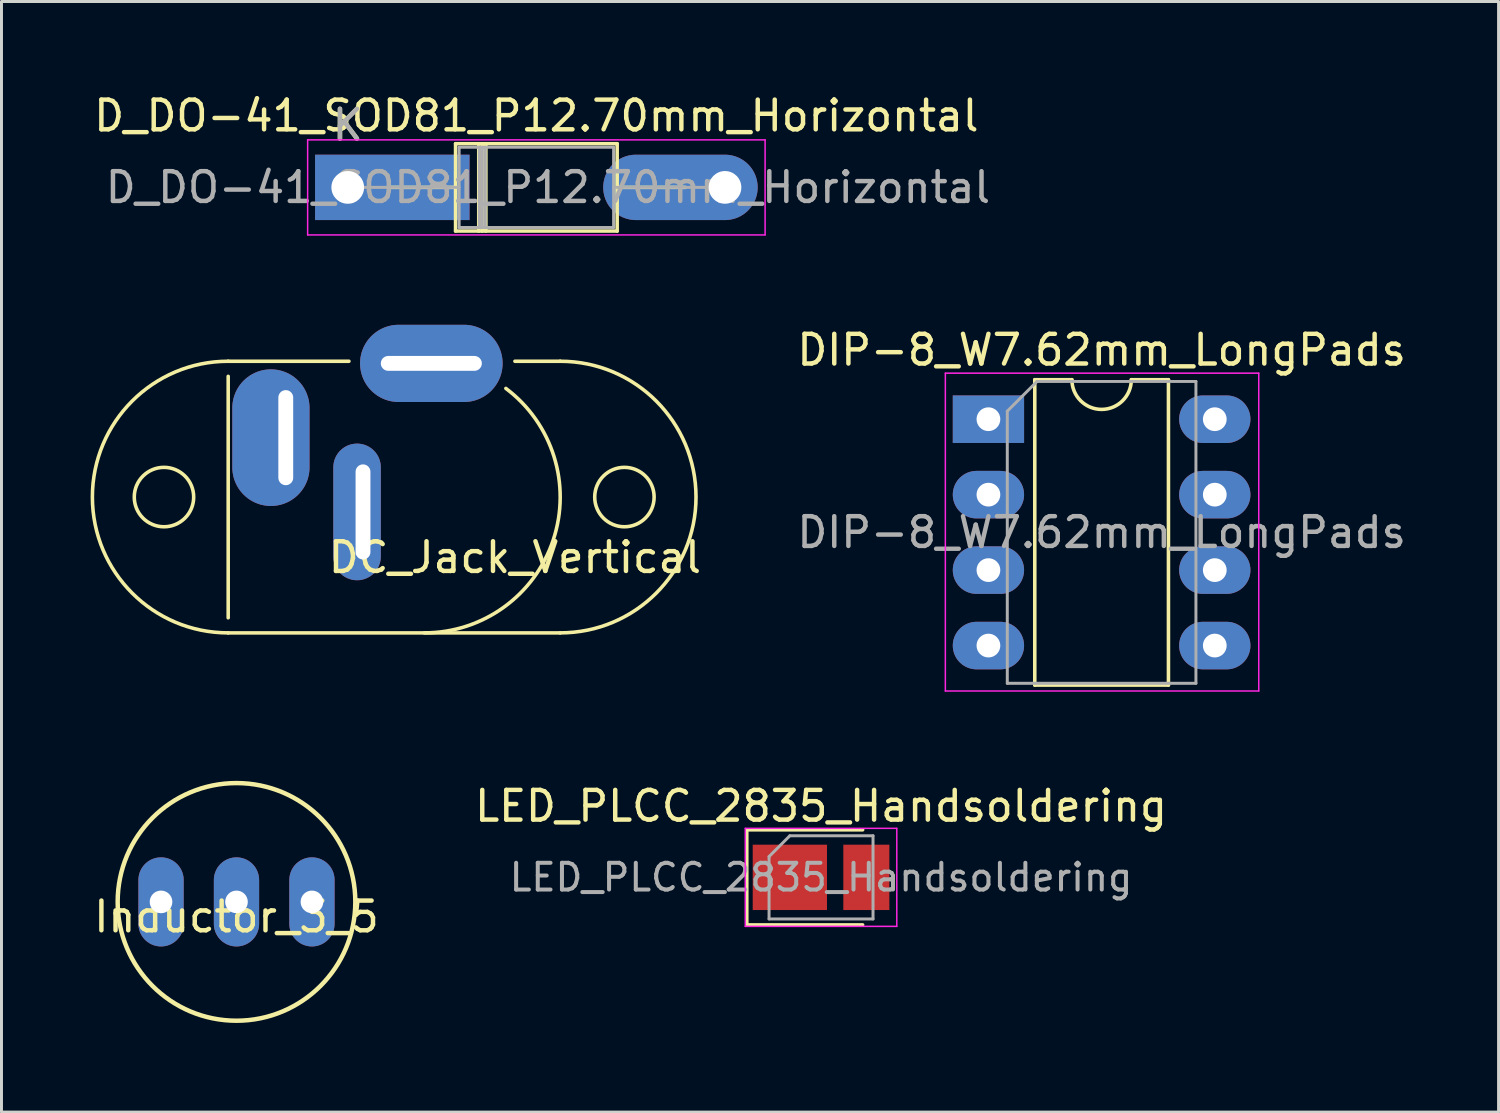
<source format=kicad_pcb>
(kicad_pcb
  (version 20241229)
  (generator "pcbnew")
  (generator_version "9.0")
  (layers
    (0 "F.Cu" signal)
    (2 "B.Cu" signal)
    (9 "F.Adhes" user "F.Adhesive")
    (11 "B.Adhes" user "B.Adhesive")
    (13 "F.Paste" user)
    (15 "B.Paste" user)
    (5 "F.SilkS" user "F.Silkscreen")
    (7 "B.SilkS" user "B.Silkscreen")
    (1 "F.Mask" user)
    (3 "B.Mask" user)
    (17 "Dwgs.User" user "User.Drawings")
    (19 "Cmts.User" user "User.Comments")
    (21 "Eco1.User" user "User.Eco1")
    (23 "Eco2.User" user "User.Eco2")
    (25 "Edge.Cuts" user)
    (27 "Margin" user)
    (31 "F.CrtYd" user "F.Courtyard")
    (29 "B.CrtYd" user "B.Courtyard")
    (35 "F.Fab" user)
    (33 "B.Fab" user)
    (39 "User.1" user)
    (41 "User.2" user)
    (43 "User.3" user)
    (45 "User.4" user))
  (footprint "D_DO-41_SOD81_P12.70mm_Horizontal"
    (layer "F.Cu")
    (at 8.656 3.258)
    (property "Reference" "D_DO-41_SOD81_P12.70mm_Horizontal" (at 6.35 -2.41 0) (layer "F.SilkS") (effects (font (size 1 1) (thickness 0.15))))
    (attr through_hole)
    (fp_line (start 1.34 0) (end 3.63 0) (stroke (width 0.12) (type solid)) (layer "F.SilkS"))
    (fp_line (start 3.63 -1.47) (end 3.63 1.47) (stroke (width 0.12) (type solid)) (layer "F.SilkS"))
    (fp_line (start 3.63 1.47) (end 9.07 1.47) (stroke (width 0.12) (type solid)) (layer "F.SilkS"))
    (fp_line (start 4.41 -1.47) (end 4.41 1.47) (stroke (width 0.12) (type solid)) (layer "F.SilkS"))
    (fp_line (start 4.53 -1.47) (end 4.53 1.47) (stroke (width 0.12) (type solid)) (layer "F.SilkS"))
    (fp_line (start 4.65 -1.47) (end 4.65 1.47) (stroke (width 0.12) (type solid)) (layer "F.SilkS"))
    (fp_line (start 9.07 -1.47) (end 3.63 -1.47) (stroke (width 0.12) (type solid)) (layer "F.SilkS"))
    (fp_line (start 9.07 1.47) (end 9.07 -1.47) (stroke (width 0.12) (type solid)) (layer "F.SilkS"))
    (fp_line (start 11.36 0) (end 9.07 0) (stroke (width 0.12) (type solid)) (layer "F.SilkS"))
    (fp_line (start -1.35 -1.6) (end -1.35 1.6) (stroke (width 0.05) (type solid)) (layer "F.CrtYd"))
    (fp_line (start -1.35 1.6) (end 14.05 1.6) (stroke (width 0.05) (type solid)) (layer "F.CrtYd"))
    (fp_line (start 14.05 -1.6) (end -1.35 -1.6) (stroke (width 0.05) (type solid)) (layer "F.CrtYd"))
    (fp_line (start 14.05 1.6) (end 14.05 -1.6) (stroke (width 0.05) (type solid)) (layer "F.CrtYd"))
    (fp_line (start 0 0) (end 3.75 0) (stroke (width 0.1) (type solid)) (layer "F.Fab"))
    (fp_line (start 3.75 -1.35) (end 3.75 1.35) (stroke (width 0.1) (type solid)) (layer "F.Fab"))
    (fp_line (start 3.75 1.35) (end 8.95 1.35) (stroke (width 0.1) (type solid)) (layer "F.Fab"))
    (fp_line (start 4.43 -1.35) (end 4.43 1.35) (stroke (width 0.1) (type solid)) (layer "F.Fab"))
    (fp_line (start 4.53 -1.35) (end 4.53 1.35) (stroke (width 0.1) (type solid)) (layer "F.Fab"))
    (fp_line (start 4.63 -1.35) (end 4.63 1.35) (stroke (width 0.1) (type solid)) (layer "F.Fab"))
    (fp_line (start 8.95 -1.35) (end 3.75 -1.35) (stroke (width 0.1) (type solid)) (layer "F.Fab"))
    (fp_line (start 8.95 1.35) (end 8.95 -1.35) (stroke (width 0.1) (type solid)) (layer "F.Fab"))
    (fp_line (start 12.7 0) (end 8.95 0) (stroke (width 0.1) (type solid)) (layer "F.Fab"))
    (fp_text user "K" (at 0 -2.1 0) (layer "F.SilkS") (effects (font (size 1 1) (thickness 0.15))))
    (fp_text user "${REFERENCE}" (at 6.74 0 0) (layer "F.Fab") (effects (font (size 1 1) (thickness 0.15))))
    (fp_text user "K" (at 0 -2.1 0) (layer "F.Fab") (effects (font (size 1 1) (thickness 0.15))))
    (pad "1" thru_hole rect (at 0 0) (size 5.2 2.2) (drill 1.1 (offset 1.5 0)) (layers "*.Cu" "*.Mask"))
    (pad "2" thru_hole oval (at 12.7 0) (size 5.2 2.2) (drill 1.1 (offset -1.5 0)) (layers "*.Cu" "*.Mask")))
  (footprint "LED_PLCC_2835_Handsoldering"
    (layer "F.Cu")
    (at 24.589 26.485)
    (property "Reference" "LED_PLCC_2835_Handsoldering" (at 0 -2.4 0) (layer "F.SilkS") (effects (font (size 1 1) (thickness 0.15))))
    (attr smd)
    (fp_line (start -2.5 -1.6) (end -2.5 1.6) (stroke (width 0.12) (type solid)) (layer "F.SilkS"))
    (fp_line (start 1.4 -1.6) (end -2.5 -1.6) (stroke (width 0.12) (type solid)) (layer "F.SilkS"))
    (fp_line (start 1.4 1.6) (end -2.5 1.6) (stroke (width 0.12) (type solid)) (layer "F.SilkS"))
    (fp_line (start -2.55 -1.65) (end 2.55 -1.65) (stroke (width 0.05) (type solid)) (layer "F.CrtYd"))
    (fp_line (start -2.55 1.65) (end -2.55 -1.65) (stroke (width 0.05) (type solid)) (layer "F.CrtYd"))
    (fp_line (start 2.55 -1.65) (end 2.55 1.65) (stroke (width 0.05) (type solid)) (layer "F.CrtYd"))
    (fp_line (start 2.55 1.65) (end -2.55 1.65) (stroke (width 0.05) (type solid)) (layer "F.CrtYd"))
    (fp_line (start -1.75 1.4) (end -1.75 -0.7) (stroke (width 0.1) (type solid)) (layer "F.Fab"))
    (fp_line (start -1.05 -1.4) (end -1.75 -0.7) (stroke (width 0.1) (type solid)) (layer "F.Fab"))
    (fp_line (start -1.05 -1.4) (end 1.75 -1.4) (stroke (width 0.1) (type solid)) (layer "F.Fab"))
    (fp_line (start 1.75 -1.4) (end 1.75 1.4) (stroke (width 0.1) (type solid)) (layer "F.Fab"))
    (fp_line (start 1.75 1.4) (end -1.75 1.4) (stroke (width 0.1) (type solid)) (layer "F.Fab"))
    (fp_text user "${REFERENCE}" (at 0 0 0) (layer "F.Fab") (effects (font (size 0.9 0.9) (thickness 0.135))))
    (pad "1" smd rect (at -1.05 0) (size 2.5 2.2) (layers "F.Cu" "F.Mask" "F.Paste"))
    (pad "2" smd rect (at 1.525 0) (size 1.55 2.2) (layers "F.Cu" "F.Mask" "F.Paste")))
  (footprint "Inductor_3_5"
    (layer "F.Cu")
    (at 4.911 27.311)
    (property "Reference" "Inductor_3_5" (at 0 0.5 180) (layer "F.SilkS") (effects (font (size 1 1) (thickness 0.15))))
    (attr through_hole)
    (fp_circle (center 0 0) (end 4 0) (stroke (width 0.15) (type solid)) (fill no) (layer "F.SilkS"))
    (pad "1" thru_hole oval (at -2.54 0) (size 1.524 3) (drill 0.762) (layers "*.Cu" "*.Mask"))
    (pad "2" thru_hole oval (at 0 0) (size 1.524 3) (drill 0.762) (layers "*.Cu" "*.Mask"))
    (pad "2" thru_hole oval (at 2.54 0) (size 1.524 3) (drill 0.762) (layers "*.Cu" "*.Mask")))
  (footprint "DIP-8_W7.62mm_LongPads"
    (layer "F.Cu")
    (at 30.224 11.062)
    (property "Reference" "DIP-8_W7.62mm_LongPads" (at 3.81 -2.33 0) (layer "F.SilkS") (effects (font (size 1 1) (thickness 0.15))))
    (attr through_hole)
    (fp_line (start 1.56 -1.33) (end 1.56 8.95) (stroke (width 0.12) (type solid)) (layer "F.SilkS"))
    (fp_line (start 1.56 8.95) (end 6.06 8.95) (stroke (width 0.12) (type solid)) (layer "F.SilkS"))
    (fp_line (start 2.81 -1.33) (end 1.56 -1.33) (stroke (width 0.12) (type solid)) (layer "F.SilkS"))
    (fp_line (start 6.06 -1.33) (end 4.81 -1.33) (stroke (width 0.12) (type solid)) (layer "F.SilkS"))
    (fp_line (start 6.06 8.95) (end 6.06 -1.33) (stroke (width 0.12) (type solid)) (layer "F.SilkS"))
    (fp_arc (start 4.81 -1.33) (mid 3.81 -0.33) (end 2.81 -1.33) (stroke (width 0.12) (type solid)) (layer "F.SilkS"))
    (fp_line (start -1.45 -1.55) (end -1.45 9.15) (stroke (width 0.05) (type solid)) (layer "F.CrtYd"))
    (fp_line (start -1.45 9.15) (end 9.1 9.15) (stroke (width 0.05) (type solid)) (layer "F.CrtYd"))
    (fp_line (start 9.1 -1.55) (end -1.45 -1.55) (stroke (width 0.05) (type solid)) (layer "F.CrtYd"))
    (fp_line (start 9.1 9.15) (end 9.1 -1.55) (stroke (width 0.05) (type solid)) (layer "F.CrtYd"))
    (fp_line (start 0.635 -0.27) (end 1.635 -1.27) (stroke (width 0.1) (type solid)) (layer "F.Fab"))
    (fp_line (start 0.635 8.89) (end 0.635 -0.27) (stroke (width 0.1) (type solid)) (layer "F.Fab"))
    (fp_line (start 1.635 -1.27) (end 6.985 -1.27) (stroke (width 0.1) (type solid)) (layer "F.Fab"))
    (fp_line (start 6.985 -1.27) (end 6.985 8.89) (stroke (width 0.1) (type solid)) (layer "F.Fab"))
    (fp_line (start 6.985 8.89) (end 0.635 8.89) (stroke (width 0.1) (type solid)) (layer "F.Fab"))
    (fp_text user "${REFERENCE}" (at 3.81 3.81 0) (layer "F.Fab") (effects (font (size 1 1) (thickness 0.15))))
    (pad "1" thru_hole rect (at 0 0) (size 2.4 1.6) (drill 0.8) (layers "*.Cu" "*.Mask"))
    (pad "2" thru_hole oval (at 0 2.54) (size 2.4 1.6) (drill 0.8) (layers "*.Cu" "*.Mask"))
    (pad "3" thru_hole oval (at 0 5.08) (size 2.4 1.6) (drill 0.8) (layers "*.Cu" "*.Mask"))
    (pad "4" thru_hole oval (at 0 7.62) (size 2.4 1.6) (drill 0.8) (layers "*.Cu" "*.Mask"))
    (pad "5" thru_hole oval (at 7.62 7.62) (size 2.4 1.6) (drill 0.8) (layers "*.Cu" "*.Mask"))
    (pad "6" thru_hole oval (at 7.62 5.08) (size 2.4 1.6) (drill 0.8) (layers "*.Cu" "*.Mask"))
    (pad "7" thru_hole oval (at 7.62 2.54) (size 2.4 1.6) (drill 0.8) (layers "*.Cu" "*.Mask"))
    (pad "8" thru_hole oval (at 7.62 0) (size 2.4 1.6) (drill 0.8) (layers "*.Cu" "*.Mask")))
  (footprint "DC_Jack_Vertical"
    (layer "F.Cu")
    (at 10.22 13.683)
    (property "Reference" "DC_Jack_Vertical" (at 4.064 2.032 180) (layer "F.SilkS") (effects (font (size 1 1) (thickness 0.15))))
    (attr through_hole)
    (fp_line (start -5.588 -4.572) (end -1.524 -4.572) (stroke (width 0.12) (type solid)) (layer "F.SilkS"))
    (fp_line (start -5.588 -4.064) (end -5.588 4.064) (stroke (width 0.12) (type solid)) (layer "F.SilkS"))
    (fp_line (start -5.588 4.572) (end 5.588 4.572) (stroke (width 0.12) (type solid)) (layer "F.SilkS"))
    (fp_line (start 5.588 -4.572) (end 4.064 -4.572) (stroke (width 0.12) (type solid)) (layer "F.SilkS"))
    (fp_arc (start -5.588 4.572) (mid -10.16 0) (end -5.588 -4.572) (stroke (width 0.12) (type solid)) (layer "F.SilkS"))
    (fp_arc (start 3.7592 -3.6576) (mid 5.35338 1.445793) (end 1.016 4.572) (stroke (width 0.12) (type solid)) (layer "F.SilkS"))
    (fp_arc (start 5.588 -4.572) (mid 10.16 0) (end 5.588 4.572) (stroke (width 0.12) (type solid)) (layer "F.SilkS"))
    (fp_circle (center -7.75 0) (end -6.75 0) (stroke (width 0.12) (type solid)) (fill no) (layer "F.SilkS"))
    (fp_circle (center 7.75 0) (end 8.75 0) (stroke (width 0.12) (type solid)) (fill no) (layer "F.SilkS"))
    (pad "1" thru_hole oval (at 1.25 -4.5) (size 4.8 2.6) (drill oval 3.4 0.5) (layers "*.Cu" "*.Mask"))
    (pad "2" thru_hole oval (at -1.05 0.5) (size 1.6 4.6) (drill oval 0.5 3.2 (offset -0.2 0)) (layers "*.Cu" "*.Mask"))
    (pad "3" thru_hole oval (at -3.65 -2) (size 2.6 4.6) (drill oval 0.5 3.2 (offset -0.5 0)) (layers "*.Cu" "*.Mask")))
  (gr_rect
    (start -3 -3)
    (end 47.397 34.386)
    (stroke (width 0.1) (type default))
    (fill no)
    (layer "Edge.Cuts")))
</source>
